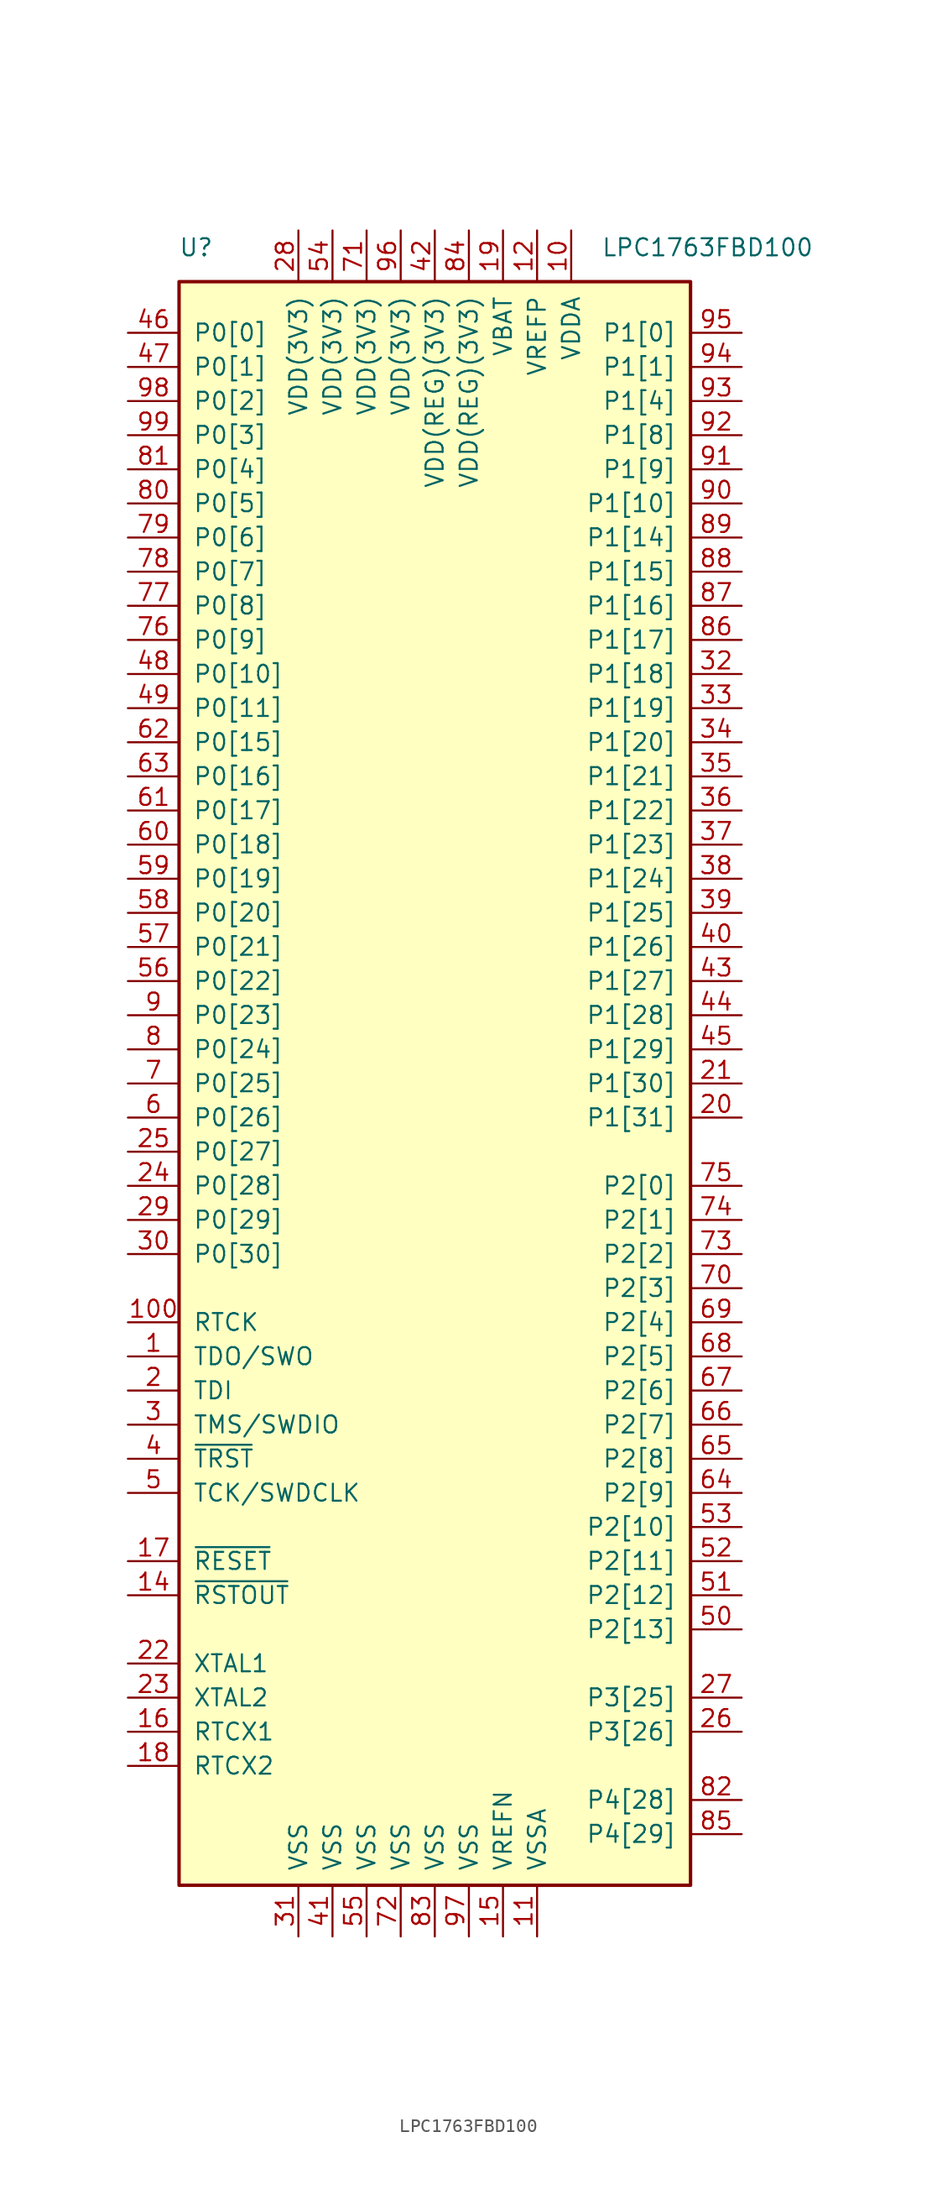
<source format=kicad_sym>
(kicad_symbol_lib
  (version 20201005)
  (generator kicad_symbol_editor)
  (symbol "MCU_NXP_LPC:LPC1763FBD100"
    (pin_names
      (offset 1.016))
    (property "Reference" "U"
      (at -17.78 62.23 0)
      (effects (font (size 1.27 1.27))))
    (property "Value" "LPC1763FBD100"
      (at 20.32 62.23 0)
      (effects (font (size 1.27 1.27))))
    (symbol "LPC1763FBD100_0_1"
      (rectangle (start -19.05 59.69) (end 19.05 -59.69) (stroke (width 0.254)) (fill (type background))))
    (symbol "LPC1763FBD100_1_1"
      (pin output line (at -22.86 -20.32 0) (length 3.81) (name "TDO/SWO" (effects (font (size 1.27 1.27)))) (number "1" (effects (font (size 1.27 1.27)))))
      (pin power_in line (at 10.16 63.5 270) (length 3.81) (name "VDDA" (effects (font (size 1.27 1.27)))) (number "10" (effects (font (size 1.27 1.27)))))
      (pin output line (at -22.86 -17.78 0) (length 3.81) (name "RTCK" (effects (font (size 1.27 1.27)))) (number "100" (effects (font (size 1.27 1.27)))))
      (pin power_in line (at 7.62 -63.5 90) (length 3.81) (name "VSSA" (effects (font (size 1.27 1.27)))) (number "11" (effects (font (size 1.27 1.27)))))
      (pin power_in line (at 7.62 63.5 270) (length 3.81) (name "VREFP" (effects (font (size 1.27 1.27)))) (number "12" (effects (font (size 1.27 1.27)))))
      (pin no_connect line (at -22.86 -55.88 0) (length 3.81) hide (name "NC" (effects (font (size 1.27 1.27)))) (number "13" (effects (font (size 1.27 1.27)))))
      (pin output line (at -22.86 -38.1 0) (length 3.81) (name "~RSTOUT~" (effects (font (size 1.27 1.27)))) (number "14" (effects (font (size 1.27 1.27)))))
      (pin power_in line (at 5.08 -63.5 90) (length 3.81) (name "VREFN" (effects (font (size 1.27 1.27)))) (number "15" (effects (font (size 1.27 1.27)))))
      (pin input line (at -22.86 -48.26 0) (length 3.81) (name "RTCX1" (effects (font (size 1.27 1.27)))) (number "16" (effects (font (size 1.27 1.27)))))
      (pin input line (at -22.86 -35.56 0) (length 3.81) (name "~RESET~" (effects (font (size 1.27 1.27)))) (number "17" (effects (font (size 1.27 1.27)))))
      (pin output line (at -22.86 -50.8 0) (length 3.81) (name "RTCX2" (effects (font (size 1.27 1.27)))) (number "18" (effects (font (size 1.27 1.27)))))
      (pin power_in line (at 5.08 63.5 270) (length 3.81) (name "VBAT" (effects (font (size 1.27 1.27)))) (number "19" (effects (font (size 1.27 1.27)))))
      (pin input line (at -22.86 -22.86 0) (length 3.81) (name "TDI" (effects (font (size 1.27 1.27)))) (number "2" (effects (font (size 1.27 1.27)))))
      (pin bidirectional line (at 22.86 -2.54 180) (length 3.81) (name "P1[31]" (effects (font (size 1.27 1.27)))) (number "20" (effects (font (size 1.27 1.27)))))
      (pin bidirectional line (at 22.86 0 180) (length 3.81) (name "P1[30]" (effects (font (size 1.27 1.27)))) (number "21" (effects (font (size 1.27 1.27)))))
      (pin input line (at -22.86 -43.18 0) (length 3.81) (name "XTAL1" (effects (font (size 1.27 1.27)))) (number "22" (effects (font (size 1.27 1.27)))))
      (pin output line (at -22.86 -45.72 0) (length 3.81) (name "XTAL2" (effects (font (size 1.27 1.27)))) (number "23" (effects (font (size 1.27 1.27)))))
      (pin bidirectional line (at -22.86 -7.62 0) (length 3.81) (name "P0[28]" (effects (font (size 1.27 1.27)))) (number "24" (effects (font (size 1.27 1.27)))))
      (pin bidirectional line (at -22.86 -5.08 0) (length 3.81) (name "P0[27]" (effects (font (size 1.27 1.27)))) (number "25" (effects (font (size 1.27 1.27)))))
      (pin bidirectional line (at 22.86 -48.26 180) (length 3.81) (name "P3[26]" (effects (font (size 1.27 1.27)))) (number "26" (effects (font (size 1.27 1.27)))))
      (pin bidirectional line (at 22.86 -45.72 180) (length 3.81) (name "P3[25]" (effects (font (size 1.27 1.27)))) (number "27" (effects (font (size 1.27 1.27)))))
      (pin power_in line (at -10.16 63.5 270) (length 3.81) (name "VDD(3V3)" (effects (font (size 1.27 1.27)))) (number "28" (effects (font (size 1.27 1.27)))))
      (pin bidirectional line (at -22.86 -10.16 0) (length 3.81) (name "P0[29]" (effects (font (size 1.27 1.27)))) (number "29" (effects (font (size 1.27 1.27)))))
      (pin bidirectional line (at -22.86 -25.4 0) (length 3.81) (name "TMS/SWDIO" (effects (font (size 1.27 1.27)))) (number "3" (effects (font (size 1.27 1.27)))))
      (pin bidirectional line (at -22.86 -12.7 0) (length 3.81) (name "P0[30]" (effects (font (size 1.27 1.27)))) (number "30" (effects (font (size 1.27 1.27)))))
      (pin power_in line (at -10.16 -63.5 90) (length 3.81) (name "VSS" (effects (font (size 1.27 1.27)))) (number "31" (effects (font (size 1.27 1.27)))))
      (pin bidirectional line (at 22.86 30.48 180) (length 3.81) (name "P1[18]" (effects (font (size 1.27 1.27)))) (number "32" (effects (font (size 1.27 1.27)))))
      (pin bidirectional line (at 22.86 27.94 180) (length 3.81) (name "P1[19]" (effects (font (size 1.27 1.27)))) (number "33" (effects (font (size 1.27 1.27)))))
      (pin bidirectional line (at 22.86 25.4 180) (length 3.81) (name "P1[20]" (effects (font (size 1.27 1.27)))) (number "34" (effects (font (size 1.27 1.27)))))
      (pin bidirectional line (at 22.86 22.86 180) (length 3.81) (name "P1[21]" (effects (font (size 1.27 1.27)))) (number "35" (effects (font (size 1.27 1.27)))))
      (pin bidirectional line (at 22.86 20.32 180) (length 3.81) (name "P1[22]" (effects (font (size 1.27 1.27)))) (number "36" (effects (font (size 1.27 1.27)))))
      (pin bidirectional line (at 22.86 17.78 180) (length 3.81) (name "P1[23]" (effects (font (size 1.27 1.27)))) (number "37" (effects (font (size 1.27 1.27)))))
      (pin bidirectional line (at 22.86 15.24 180) (length 3.81) (name "P1[24]" (effects (font (size 1.27 1.27)))) (number "38" (effects (font (size 1.27 1.27)))))
      (pin bidirectional line (at 22.86 12.7 180) (length 3.81) (name "P1[25]" (effects (font (size 1.27 1.27)))) (number "39" (effects (font (size 1.27 1.27)))))
      (pin input line (at -22.86 -27.94 0) (length 3.81) (name "~TRST~" (effects (font (size 1.27 1.27)))) (number "4" (effects (font (size 1.27 1.27)))))
      (pin bidirectional line (at 22.86 10.16 180) (length 3.81) (name "P1[26]" (effects (font (size 1.27 1.27)))) (number "40" (effects (font (size 1.27 1.27)))))
      (pin power_in line (at -7.62 -63.5 90) (length 3.81) (name "VSS" (effects (font (size 1.27 1.27)))) (number "41" (effects (font (size 1.27 1.27)))))
      (pin power_in line (at 0 63.5 270) (length 3.81) (name "VDD(REG)(3V3)" (effects (font (size 1.27 1.27)))) (number "42" (effects (font (size 1.27 1.27)))))
      (pin bidirectional line (at 22.86 7.62 180) (length 3.81) (name "P1[27]" (effects (font (size 1.27 1.27)))) (number "43" (effects (font (size 1.27 1.27)))))
      (pin bidirectional line (at 22.86 5.08 180) (length 3.81) (name "P1[28]" (effects (font (size 1.27 1.27)))) (number "44" (effects (font (size 1.27 1.27)))))
      (pin bidirectional line (at 22.86 2.54 180) (length 3.81) (name "P1[29]" (effects (font (size 1.27 1.27)))) (number "45" (effects (font (size 1.27 1.27)))))
      (pin bidirectional line (at -22.86 55.88 0) (length 3.81) (name "P0[0]" (effects (font (size 1.27 1.27)))) (number "46" (effects (font (size 1.27 1.27)))))
      (pin bidirectional line (at -22.86 53.34 0) (length 3.81) (name "P0[1]" (effects (font (size 1.27 1.27)))) (number "47" (effects (font (size 1.27 1.27)))))
      (pin bidirectional line (at -22.86 30.48 0) (length 3.81) (name "P0[10]" (effects (font (size 1.27 1.27)))) (number "48" (effects (font (size 1.27 1.27)))))
      (pin bidirectional line (at -22.86 27.94 0) (length 3.81) (name "P0[11]" (effects (font (size 1.27 1.27)))) (number "49" (effects (font (size 1.27 1.27)))))
      (pin input line (at -22.86 -30.48 0) (length 3.81) (name "TCK/SWDCLK" (effects (font (size 1.27 1.27)))) (number "5" (effects (font (size 1.27 1.27)))))
      (pin bidirectional line (at 22.86 -40.64 180) (length 3.81) (name "P2[13]" (effects (font (size 1.27 1.27)))) (number "50" (effects (font (size 1.27 1.27)))))
      (pin bidirectional line (at 22.86 -38.1 180) (length 3.81) (name "P2[12]" (effects (font (size 1.27 1.27)))) (number "51" (effects (font (size 1.27 1.27)))))
      (pin bidirectional line (at 22.86 -35.56 180) (length 3.81) (name "P2[11]" (effects (font (size 1.27 1.27)))) (number "52" (effects (font (size 1.27 1.27)))))
      (pin bidirectional line (at 22.86 -33.02 180) (length 3.81) (name "P2[10]" (effects (font (size 1.27 1.27)))) (number "53" (effects (font (size 1.27 1.27)))))
      (pin power_in line (at -7.62 63.5 270) (length 3.81) (name "VDD(3V3)" (effects (font (size 1.27 1.27)))) (number "54" (effects (font (size 1.27 1.27)))))
      (pin power_in line (at -5.08 -63.5 90) (length 3.81) (name "VSS" (effects (font (size 1.27 1.27)))) (number "55" (effects (font (size 1.27 1.27)))))
      (pin bidirectional line (at -22.86 7.62 0) (length 3.81) (name "P0[22]" (effects (font (size 1.27 1.27)))) (number "56" (effects (font (size 1.27 1.27)))))
      (pin bidirectional line (at -22.86 10.16 0) (length 3.81) (name "P0[21]" (effects (font (size 1.27 1.27)))) (number "57" (effects (font (size 1.27 1.27)))))
      (pin bidirectional line (at -22.86 12.7 0) (length 3.81) (name "P0[20]" (effects (font (size 1.27 1.27)))) (number "58" (effects (font (size 1.27 1.27)))))
      (pin bidirectional line (at -22.86 15.24 0) (length 3.81) (name "P0[19]" (effects (font (size 1.27 1.27)))) (number "59" (effects (font (size 1.27 1.27)))))
      (pin bidirectional line (at -22.86 -2.54 0) (length 3.81) (name "P0[26]" (effects (font (size 1.27 1.27)))) (number "6" (effects (font (size 1.27 1.27)))))
      (pin bidirectional line (at -22.86 17.78 0) (length 3.81) (name "P0[18]" (effects (font (size 1.27 1.27)))) (number "60" (effects (font (size 1.27 1.27)))))
      (pin bidirectional line (at -22.86 20.32 0) (length 3.81) (name "P0[17]" (effects (font (size 1.27 1.27)))) (number "61" (effects (font (size 1.27 1.27)))))
      (pin bidirectional line (at -22.86 25.4 0) (length 3.81) (name "P0[15]" (effects (font (size 1.27 1.27)))) (number "62" (effects (font (size 1.27 1.27)))))
      (pin bidirectional line (at -22.86 22.86 0) (length 3.81) (name "P0[16]" (effects (font (size 1.27 1.27)))) (number "63" (effects (font (size 1.27 1.27)))))
      (pin bidirectional line (at 22.86 -30.48 180) (length 3.81) (name "P2[9]" (effects (font (size 1.27 1.27)))) (number "64" (effects (font (size 1.27 1.27)))))
      (pin bidirectional line (at 22.86 -27.94 180) (length 3.81) (name "P2[8]" (effects (font (size 1.27 1.27)))) (number "65" (effects (font (size 1.27 1.27)))))
      (pin bidirectional line (at 22.86 -25.4 180) (length 3.81) (name "P2[7]" (effects (font (size 1.27 1.27)))) (number "66" (effects (font (size 1.27 1.27)))))
      (pin bidirectional line (at 22.86 -22.86 180) (length 3.81) (name "P2[6]" (effects (font (size 1.27 1.27)))) (number "67" (effects (font (size 1.27 1.27)))))
      (pin bidirectional line (at 22.86 -20.32 180) (length 3.81) (name "P2[5]" (effects (font (size 1.27 1.27)))) (number "68" (effects (font (size 1.27 1.27)))))
      (pin bidirectional line (at 22.86 -17.78 180) (length 3.81) (name "P2[4]" (effects (font (size 1.27 1.27)))) (number "69" (effects (font (size 1.27 1.27)))))
      (pin bidirectional line (at -22.86 0 0) (length 3.81) (name "P0[25]" (effects (font (size 1.27 1.27)))) (number "7" (effects (font (size 1.27 1.27)))))
      (pin bidirectional line (at 22.86 -15.24 180) (length 3.81) (name "P2[3]" (effects (font (size 1.27 1.27)))) (number "70" (effects (font (size 1.27 1.27)))))
      (pin power_in line (at -5.08 63.5 270) (length 3.81) (name "VDD(3V3)" (effects (font (size 1.27 1.27)))) (number "71" (effects (font (size 1.27 1.27)))))
      (pin power_in line (at -2.54 -63.5 90) (length 3.81) (name "VSS" (effects (font (size 1.27 1.27)))) (number "72" (effects (font (size 1.27 1.27)))))
      (pin bidirectional line (at 22.86 -12.7 180) (length 3.81) (name "P2[2]" (effects (font (size 1.27 1.27)))) (number "73" (effects (font (size 1.27 1.27)))))
      (pin bidirectional line (at 22.86 -10.16 180) (length 3.81) (name "P2[1]" (effects (font (size 1.27 1.27)))) (number "74" (effects (font (size 1.27 1.27)))))
      (pin bidirectional line (at 22.86 -7.62 180) (length 3.81) (name "P2[0]" (effects (font (size 1.27 1.27)))) (number "75" (effects (font (size 1.27 1.27)))))
      (pin bidirectional line (at -22.86 33.02 0) (length 3.81) (name "P0[9]" (effects (font (size 1.27 1.27)))) (number "76" (effects (font (size 1.27 1.27)))))
      (pin bidirectional line (at -22.86 35.56 0) (length 3.81) (name "P0[8]" (effects (font (size 1.27 1.27)))) (number "77" (effects (font (size 1.27 1.27)))))
      (pin bidirectional line (at -22.86 38.1 0) (length 3.81) (name "P0[7]" (effects (font (size 1.27 1.27)))) (number "78" (effects (font (size 1.27 1.27)))))
      (pin bidirectional line (at -22.86 40.64 0) (length 3.81) (name "P0[6]" (effects (font (size 1.27 1.27)))) (number "79" (effects (font (size 1.27 1.27)))))
      (pin bidirectional line (at -22.86 2.54 0) (length 3.81) (name "P0[24]" (effects (font (size 1.27 1.27)))) (number "8" (effects (font (size 1.27 1.27)))))
      (pin bidirectional line (at -22.86 43.18 0) (length 3.81) (name "P0[5]" (effects (font (size 1.27 1.27)))) (number "80" (effects (font (size 1.27 1.27)))))
      (pin bidirectional line (at -22.86 45.72 0) (length 3.81) (name "P0[4]" (effects (font (size 1.27 1.27)))) (number "81" (effects (font (size 1.27 1.27)))))
      (pin bidirectional line (at 22.86 -53.34 180) (length 3.81) (name "P4[28]" (effects (font (size 1.27 1.27)))) (number "82" (effects (font (size 1.27 1.27)))))
      (pin power_in line (at 0 -63.5 90) (length 3.81) (name "VSS" (effects (font (size 1.27 1.27)))) (number "83" (effects (font (size 1.27 1.27)))))
      (pin power_in line (at 2.54 63.5 270) (length 3.81) (name "VDD(REG)(3V3)" (effects (font (size 1.27 1.27)))) (number "84" (effects (font (size 1.27 1.27)))))
      (pin bidirectional line (at 22.86 -55.88 180) (length 3.81) (name "P4[29]" (effects (font (size 1.27 1.27)))) (number "85" (effects (font (size 1.27 1.27)))))
      (pin bidirectional line (at 22.86 33.02 180) (length 3.81) (name "P1[17]" (effects (font (size 1.27 1.27)))) (number "86" (effects (font (size 1.27 1.27)))))
      (pin bidirectional line (at 22.86 35.56 180) (length 3.81) (name "P1[16]" (effects (font (size 1.27 1.27)))) (number "87" (effects (font (size 1.27 1.27)))))
      (pin bidirectional line (at 22.86 38.1 180) (length 3.81) (name "P1[15]" (effects (font (size 1.27 1.27)))) (number "88" (effects (font (size 1.27 1.27)))))
      (pin bidirectional line (at 22.86 40.64 180) (length 3.81) (name "P1[14]" (effects (font (size 1.27 1.27)))) (number "89" (effects (font (size 1.27 1.27)))))
      (pin bidirectional line (at -22.86 5.08 0) (length 3.81) (name "P0[23]" (effects (font (size 1.27 1.27)))) (number "9" (effects (font (size 1.27 1.27)))))
      (pin bidirectional line (at 22.86 43.18 180) (length 3.81) (name "P1[10]" (effects (font (size 1.27 1.27)))) (number "90" (effects (font (size 1.27 1.27)))))
      (pin bidirectional line (at 22.86 45.72 180) (length 3.81) (name "P1[9]" (effects (font (size 1.27 1.27)))) (number "91" (effects (font (size 1.27 1.27)))))
      (pin bidirectional line (at 22.86 48.26 180) (length 3.81) (name "P1[8]" (effects (font (size 1.27 1.27)))) (number "92" (effects (font (size 1.27 1.27)))))
      (pin bidirectional line (at 22.86 50.8 180) (length 3.81) (name "P1[4]" (effects (font (size 1.27 1.27)))) (number "93" (effects (font (size 1.27 1.27)))))
      (pin bidirectional line (at 22.86 53.34 180) (length 3.81) (name "P1[1]" (effects (font (size 1.27 1.27)))) (number "94" (effects (font (size 1.27 1.27)))))
      (pin bidirectional line (at 22.86 55.88 180) (length 3.81) (name "P1[0]" (effects (font (size 1.27 1.27)))) (number "95" (effects (font (size 1.27 1.27)))))
      (pin power_in line (at -2.54 63.5 270) (length 3.81) (name "VDD(3V3)" (effects (font (size 1.27 1.27)))) (number "96" (effects (font (size 1.27 1.27)))))
      (pin power_in line (at 2.54 -63.5 90) (length 3.81) (name "VSS" (effects (font (size 1.27 1.27)))) (number "97" (effects (font (size 1.27 1.27)))))
      (pin bidirectional line (at -22.86 50.8 0) (length 3.81) (name "P0[2]" (effects (font (size 1.27 1.27)))) (number "98" (effects (font (size 1.27 1.27)))))
      (pin bidirectional line (at -22.86 48.26 0) (length 3.81) (name "P0[3]" (effects (font (size 1.27 1.27)))) (number "99" (effects (font (size 1.27 1.27))))))))
</source>
